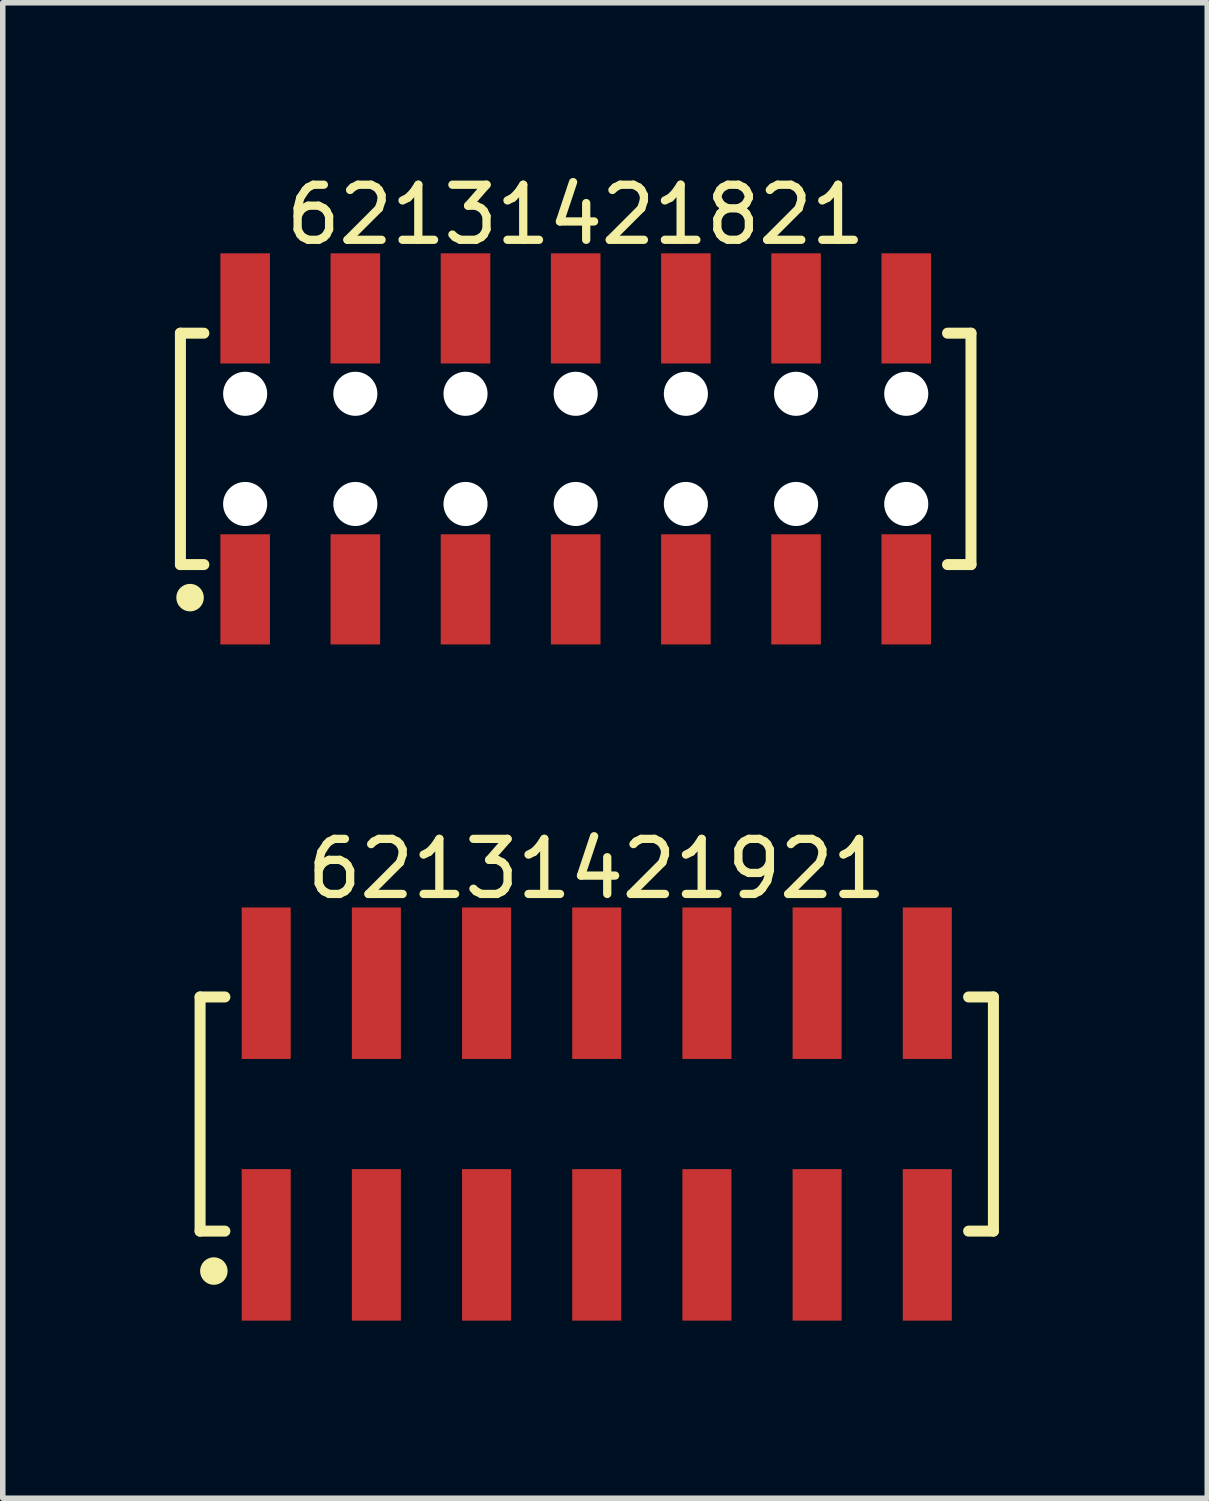
<source format=kicad_pcb>
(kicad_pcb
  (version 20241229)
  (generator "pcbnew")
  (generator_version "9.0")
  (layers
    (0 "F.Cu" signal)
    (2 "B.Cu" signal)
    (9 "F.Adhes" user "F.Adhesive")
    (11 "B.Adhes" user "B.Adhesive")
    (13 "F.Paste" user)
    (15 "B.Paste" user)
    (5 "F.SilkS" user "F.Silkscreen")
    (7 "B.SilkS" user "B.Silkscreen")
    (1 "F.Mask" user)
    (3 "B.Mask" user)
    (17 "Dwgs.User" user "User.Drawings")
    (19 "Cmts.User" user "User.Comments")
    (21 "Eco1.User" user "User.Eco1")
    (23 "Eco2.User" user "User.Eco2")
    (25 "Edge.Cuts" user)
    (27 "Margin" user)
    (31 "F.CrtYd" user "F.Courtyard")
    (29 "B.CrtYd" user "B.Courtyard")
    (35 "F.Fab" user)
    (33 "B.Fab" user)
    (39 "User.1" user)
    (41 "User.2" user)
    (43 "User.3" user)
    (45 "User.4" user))
  (footprint "62131421821"
    (layer "F.Cu")
    (at 7.4 5.098)
    (property "Reference" "62131421821" (at 0 -4.25 0) (layer "F.SilkS") (effects (font (size 1 1) (thickness 0.15))))
    (fp_line (start -7.175 -2.1) (end -6.75 -2.1) (stroke (width 0.2) (type solid)) (layer "F.SilkS"))
    (fp_line (start -7.175 2.1) (end -7.175 -2.1) (stroke (width 0.2) (type solid)) (layer "F.SilkS"))
    (fp_line (start -7.175 2.1) (end -6.75 2.1) (stroke (width 0.2) (type solid)) (layer "F.SilkS"))
    (fp_line (start 6.75 -2.1) (end 7.175 -2.1) (stroke (width 0.2) (type solid)) (layer "F.SilkS"))
    (fp_line (start 6.75 2.1) (end 7.175 2.1) (stroke (width 0.2) (type solid)) (layer "F.SilkS"))
    (fp_line (start 7.175 2.1) (end 7.175 -2.1) (stroke (width 0.2) (type solid)) (layer "F.SilkS"))
    (fp_circle (center -7 2.7) (end -7 2.575) (stroke (width 0.25) (type solid)) (fill no) (layer "F.SilkS"))
    (fp_line (start -7.375 -3.75) (end 7.375 -3.75) (stroke (width 0.05) (type solid)) (layer "Eco2.User"))
    (fp_line (start -7.375 3.75) (end -7.375 -3.75) (stroke (width 0.05) (type solid)) (layer "Eco2.User"))
    (fp_line (start -7.375 3.75) (end 7.375 3.75) (stroke (width 0.05) (type solid)) (layer "Eco2.User"))
    (fp_line (start -7 -2) (end 7 -2) (stroke (width 0.1) (type solid)) (layer "Eco2.User"))
    (fp_line (start -7 2) (end -7 -2) (stroke (width 0.1) (type solid)) (layer "Eco2.User"))
    (fp_line (start -7 2) (end 7 2) (stroke (width 0.1) (type solid)) (layer "Eco2.User"))
    (fp_line (start -6.25 -3) (end -5.75 -3) (stroke (width 0.1) (type solid)) (layer "Eco2.User"))
    (fp_line (start -6.25 -2) (end -6.25 -3) (stroke (width 0.1) (type solid)) (layer "Eco2.User"))
    (fp_line (start -6.25 3) (end -6.25 2) (stroke (width 0.1) (type solid)) (layer "Eco2.User"))
    (fp_line (start -6.25 3) (end -5.75 3) (stroke (width 0.1) (type solid)) (layer "Eco2.User"))
    (fp_line (start -5.75 -2) (end -5.75 -3) (stroke (width 0.1) (type solid)) (layer "Eco2.User"))
    (fp_line (start -5.75 3) (end -5.75 2) (stroke (width 0.1) (type solid)) (layer "Eco2.User"))
    (fp_line (start -4.25 -3) (end -3.75 -3) (stroke (width 0.1) (type solid)) (layer "Eco2.User"))
    (fp_line (start -4.25 -2) (end -4.25 -3) (stroke (width 0.1) (type solid)) (layer "Eco2.User"))
    (fp_line (start -4.25 3) (end -4.25 2) (stroke (width 0.1) (type solid)) (layer "Eco2.User"))
    (fp_line (start -4.25 3) (end -3.75 3) (stroke (width 0.1) (type solid)) (layer "Eco2.User"))
    (fp_line (start -3.75 -2) (end -3.75 -3) (stroke (width 0.1) (type solid)) (layer "Eco2.User"))
    (fp_line (start -3.75 3) (end -3.75 2) (stroke (width 0.1) (type solid)) (layer "Eco2.User"))
    (fp_line (start -2.25 -3) (end -1.75 -3) (stroke (width 0.1) (type solid)) (layer "Eco2.User"))
    (fp_line (start -2.25 -2) (end -2.25 -3) (stroke (width 0.1) (type solid)) (layer "Eco2.User"))
    (fp_line (start -2.25 3) (end -2.25 2) (stroke (width 0.1) (type solid)) (layer "Eco2.User"))
    (fp_line (start -2.25 3) (end -1.75 3) (stroke (width 0.1) (type solid)) (layer "Eco2.User"))
    (fp_line (start -1.75 -2) (end -1.75 -3) (stroke (width 0.1) (type solid)) (layer "Eco2.User"))
    (fp_line (start -1.75 3) (end -1.75 2) (stroke (width 0.1) (type solid)) (layer "Eco2.User"))
    (fp_line (start -0.5 0) (end 0.5 0) (stroke (width 0.05) (type solid)) (layer "Eco2.User"))
    (fp_line (start -0.25 -3) (end 0.25 -3) (stroke (width 0.1) (type solid)) (layer "Eco2.User"))
    (fp_line (start -0.25 -2) (end -0.25 -3) (stroke (width 0.1) (type solid)) (layer "Eco2.User"))
    (fp_line (start -0.25 3) (end -0.25 2) (stroke (width 0.1) (type solid)) (layer "Eco2.User"))
    (fp_line (start -0.25 3) (end 0.25 3) (stroke (width 0.1) (type solid)) (layer "Eco2.User"))
    (fp_line (start 0 0.5) (end 0 -0.5) (stroke (width 0.05) (type solid)) (layer "Eco2.User"))
    (fp_line (start 0.25 -2) (end 0.25 -3) (stroke (width 0.1) (type solid)) (layer "Eco2.User"))
    (fp_line (start 0.25 3) (end 0.25 2) (stroke (width 0.1) (type solid)) (layer "Eco2.User"))
    (fp_line (start 1.75 -3) (end 2.25 -3) (stroke (width 0.1) (type solid)) (layer "Eco2.User"))
    (fp_line (start 1.75 -2) (end 1.75 -3) (stroke (width 0.1) (type solid)) (layer "Eco2.User"))
    (fp_line (start 1.75 3) (end 1.75 2) (stroke (width 0.1) (type solid)) (layer "Eco2.User"))
    (fp_line (start 1.75 3) (end 2.25 3) (stroke (width 0.1) (type solid)) (layer "Eco2.User"))
    (fp_line (start 2.25 -2) (end 2.25 -3) (stroke (width 0.1) (type solid)) (layer "Eco2.User"))
    (fp_line (start 2.25 3) (end 2.25 2) (stroke (width 0.1) (type solid)) (layer "Eco2.User"))
    (fp_line (start 3.75 -3) (end 4.25 -3) (stroke (width 0.1) (type solid)) (layer "Eco2.User"))
    (fp_line (start 3.75 -2) (end 3.75 -3) (stroke (width 0.1) (type solid)) (layer "Eco2.User"))
    (fp_line (start 3.75 3) (end 3.75 2) (stroke (width 0.1) (type solid)) (layer "Eco2.User"))
    (fp_line (start 3.75 3) (end 4.25 3) (stroke (width 0.1) (type solid)) (layer "Eco2.User"))
    (fp_line (start 4.25 -2) (end 4.25 -3) (stroke (width 0.1) (type solid)) (layer "Eco2.User"))
    (fp_line (start 4.25 3) (end 4.25 2) (stroke (width 0.1) (type solid)) (layer "Eco2.User"))
    (fp_line (start 5.75 -3) (end 6.25 -3) (stroke (width 0.1) (type solid)) (layer "Eco2.User"))
    (fp_line (start 5.75 -2) (end 5.75 -3) (stroke (width 0.1) (type solid)) (layer "Eco2.User"))
    (fp_line (start 5.75 3) (end 5.75 2) (stroke (width 0.1) (type solid)) (layer "Eco2.User"))
    (fp_line (start 5.75 3) (end 6.25 3) (stroke (width 0.1) (type solid)) (layer "Eco2.User"))
    (fp_line (start 6.25 -2) (end 6.25 -3) (stroke (width 0.1) (type solid)) (layer "Eco2.User"))
    (fp_line (start 6.25 3) (end 6.25 2) (stroke (width 0.1) (type solid)) (layer "Eco2.User"))
    (fp_line (start 7 2) (end 7 -2) (stroke (width 0.1) (type solid)) (layer "Eco2.User"))
    (fp_line (start 7.375 3.75) (end 7.375 -3.75) (stroke (width 0.05) (type solid)) (layer "Eco2.User"))
    (fp_text user "${REFERENCE}" (at 0.1 -0.131 0) (unlocked yes) (layer "User.3") (effects (font (size 1 1) (thickness 0.1))))
    (pad "" np_thru_hole circle (at -6 -1) (size 0.8 0.8) (drill 0.8) (layers "*.Cu" "*.Mask"))
    (pad "" np_thru_hole circle (at -6 1) (size 0.8 0.8) (drill 0.8) (layers "*.Cu" "*.Mask"))
    (pad "" np_thru_hole circle (at -4 -1) (size 0.8 0.8) (drill 0.8) (layers "*.Cu" "*.Mask"))
    (pad "" np_thru_hole circle (at -4 1) (size 0.8 0.8) (drill 0.8) (layers "*.Cu" "*.Mask"))
    (pad "" np_thru_hole circle (at -2 -1) (size 0.8 0.8) (drill 0.8) (layers "*.Cu" "*.Mask"))
    (pad "" np_thru_hole circle (at -2 1) (size 0.8 0.8) (drill 0.8) (layers "*.Cu" "*.Mask"))
    (pad "" np_thru_hole circle (at 0 -1) (size 0.8 0.8) (drill 0.8) (layers "*.Cu" "*.Mask"))
    (pad "" np_thru_hole circle (at 0 1) (size 0.8 0.8) (drill 0.8) (layers "*.Cu" "*.Mask"))
    (pad "" np_thru_hole circle (at 2 -1) (size 0.8 0.8) (drill 0.8) (layers "*.Cu" "*.Mask"))
    (pad "" np_thru_hole circle (at 2 1) (size 0.8 0.8) (drill 0.8) (layers "*.Cu" "*.Mask"))
    (pad "" np_thru_hole circle (at 4 -1) (size 0.8 0.8) (drill 0.8) (layers "*.Cu" "*.Mask"))
    (pad "" np_thru_hole circle (at 4 1) (size 0.8 0.8) (drill 0.8) (layers "*.Cu" "*.Mask"))
    (pad "" np_thru_hole circle (at 6 -1) (size 0.8 0.8) (drill 0.8) (layers "*.Cu" "*.Mask"))
    (pad "" np_thru_hole circle (at 6 1) (size 0.8 0.8) (drill 0.8) (layers "*.Cu" "*.Mask"))
    (pad "1" smd rect (at -6 2.55) (size 0.9 2) (layers "F.Cu" "F.Mask" "F.Paste"))
    (pad "2" smd rect (at -6 -2.55) (size 0.9 2) (layers "F.Cu" "F.Mask" "F.Paste"))
    (pad "3" smd rect (at -4 2.55) (size 0.9 2) (layers "F.Cu" "F.Mask" "F.Paste"))
    (pad "4" smd rect (at -4 -2.55) (size 0.9 2) (layers "F.Cu" "F.Mask" "F.Paste"))
    (pad "5" smd rect (at -2 2.55) (size 0.9 2) (layers "F.Cu" "F.Mask" "F.Paste"))
    (pad "6" smd rect (at -2 -2.55) (size 0.9 2) (layers "F.Cu" "F.Mask" "F.Paste"))
    (pad "7" smd rect (at 0 2.55) (size 0.9 2) (layers "F.Cu" "F.Mask" "F.Paste"))
    (pad "8" smd rect (at 0 -2.55) (size 0.9 2) (layers "F.Cu" "F.Mask" "F.Paste"))
    (pad "9" smd rect (at 2 2.55) (size 0.9 2) (layers "F.Cu" "F.Mask" "F.Paste"))
    (pad "10" smd rect (at 2 -2.55) (size 0.9 2) (layers "F.Cu" "F.Mask" "F.Paste"))
    (pad "11" smd rect (at 4 2.55) (size 0.9 2) (layers "F.Cu" "F.Mask" "F.Paste"))
    (pad "12" smd rect (at 4 -2.55) (size 0.9 2) (layers "F.Cu" "F.Mask" "F.Paste"))
    (pad "13" smd rect (at 6 2.55) (size 0.9 2) (layers "F.Cu" "F.Mask" "F.Paste"))
    (pad "14" smd rect (at 6 -2.55) (size 0.9 2) (layers "F.Cu" "F.Mask" "F.Paste")))
  (footprint "62131421921"
    (layer "F.Cu")
    (at 7.782 17.172)
    (property "Reference" "62131421921" (at 0 -4.45 0) (layer "F.SilkS") (effects (font (size 1 1) (thickness 0.15))))
    (fp_line (start -7.2 -2.125) (end -6.75 -2.125) (stroke (width 0.2) (type solid)) (layer "F.SilkS"))
    (fp_line (start -7.2 2.125) (end -7.2 -2.125) (stroke (width 0.2) (type solid)) (layer "F.SilkS"))
    (fp_line (start -7.2 2.125) (end -6.75 2.125) (stroke (width 0.2) (type solid)) (layer "F.SilkS"))
    (fp_line (start 6.75 -2.125) (end 7.2 -2.125) (stroke (width 0.2) (type solid)) (layer "F.SilkS"))
    (fp_line (start 6.75 2.125) (end 7.2 2.125) (stroke (width 0.2) (type solid)) (layer "F.SilkS"))
    (fp_line (start 7.2 2.125) (end 7.2 -2.125) (stroke (width 0.2) (type solid)) (layer "F.SilkS"))
    (fp_circle (center -6.95 2.85) (end -6.95 2.725) (stroke (width 0.25) (type solid)) (fill no) (layer "F.SilkS"))
    (fp_line (start -7.4 -3.95) (end 7.4 -3.95) (stroke (width 0.05) (type solid)) (layer "Eco2.User"))
    (fp_line (start -7.4 3.95) (end -7.4 -3.95) (stroke (width 0.05) (type solid)) (layer "Eco2.User"))
    (fp_line (start -7.4 3.95) (end 7.4 3.95) (stroke (width 0.05) (type solid)) (layer "Eco2.User"))
    (fp_line (start -7 -2) (end 7 -2) (stroke (width 0.1) (type solid)) (layer "Eco2.User"))
    (fp_line (start -7 2) (end -7 -2) (stroke (width 0.1) (type solid)) (layer "Eco2.User"))
    (fp_line (start -7 2) (end 7 2) (stroke (width 0.1) (type solid)) (layer "Eco2.User"))
    (fp_line (start -6.25 -3.1) (end -5.75 -3.1) (stroke (width 0.1) (type solid)) (layer "Eco2.User"))
    (fp_line (start -6.25 -2) (end -6.25 -3.1) (stroke (width 0.1) (type solid)) (layer "Eco2.User"))
    (fp_line (start -6.25 3.1) (end -6.25 2) (stroke (width 0.1) (type solid)) (layer "Eco2.User"))
    (fp_line (start -6.25 3.1) (end -5.75 3.1) (stroke (width 0.1) (type solid)) (layer "Eco2.User"))
    (fp_line (start -5.75 -2) (end -5.75 -3.1) (stroke (width 0.1) (type solid)) (layer "Eco2.User"))
    (fp_line (start -5.75 3.1) (end -5.75 2) (stroke (width 0.1) (type solid)) (layer "Eco2.User"))
    (fp_line (start -4.25 -3.1) (end -3.75 -3.1) (stroke (width 0.1) (type solid)) (layer "Eco2.User"))
    (fp_line (start -4.25 -2) (end -4.25 -3.1) (stroke (width 0.1) (type solid)) (layer "Eco2.User"))
    (fp_line (start -4.25 3.1) (end -4.25 2) (stroke (width 0.1) (type solid)) (layer "Eco2.User"))
    (fp_line (start -4.25 3.1) (end -3.75 3.1) (stroke (width 0.1) (type solid)) (layer "Eco2.User"))
    (fp_line (start -3.75 -2) (end -3.75 -3.1) (stroke (width 0.1) (type solid)) (layer "Eco2.User"))
    (fp_line (start -3.75 3.1) (end -3.75 2) (stroke (width 0.1) (type solid)) (layer "Eco2.User"))
    (fp_line (start -2.25 -3.1) (end -1.75 -3.1) (stroke (width 0.1) (type solid)) (layer "Eco2.User"))
    (fp_line (start -2.25 -2) (end -2.25 -3.1) (stroke (width 0.1) (type solid)) (layer "Eco2.User"))
    (fp_line (start -2.25 3.1) (end -2.25 2) (stroke (width 0.1) (type solid)) (layer "Eco2.User"))
    (fp_line (start -2.25 3.1) (end -1.75 3.1) (stroke (width 0.1) (type solid)) (layer "Eco2.User"))
    (fp_line (start -1.75 -2) (end -1.75 -3.1) (stroke (width 0.1) (type solid)) (layer "Eco2.User"))
    (fp_line (start -1.75 3.1) (end -1.75 2) (stroke (width 0.1) (type solid)) (layer "Eco2.User"))
    (fp_line (start -0.5 0) (end 0.5 0) (stroke (width 0.05) (type solid)) (layer "Eco2.User"))
    (fp_line (start -0.25 -3.1) (end 0.25 -3.1) (stroke (width 0.1) (type solid)) (layer "Eco2.User"))
    (fp_line (start -0.25 -2) (end -0.25 -3.1) (stroke (width 0.1) (type solid)) (layer "Eco2.User"))
    (fp_line (start -0.25 3.1) (end -0.25 2) (stroke (width 0.1) (type solid)) (layer "Eco2.User"))
    (fp_line (start -0.25 3.1) (end 0.25 3.1) (stroke (width 0.1) (type solid)) (layer "Eco2.User"))
    (fp_line (start 0 0.5) (end 0 -0.5) (stroke (width 0.05) (type solid)) (layer "Eco2.User"))
    (fp_line (start 0.25 -2) (end 0.25 -3.1) (stroke (width 0.1) (type solid)) (layer "Eco2.User"))
    (fp_line (start 0.25 3.1) (end 0.25 2) (stroke (width 0.1) (type solid)) (layer "Eco2.User"))
    (fp_line (start 1.75 -3.1) (end 2.25 -3.1) (stroke (width 0.1) (type solid)) (layer "Eco2.User"))
    (fp_line (start 1.75 -2) (end 1.75 -3.1) (stroke (width 0.1) (type solid)) (layer "Eco2.User"))
    (fp_line (start 1.75 3.1) (end 1.75 2) (stroke (width 0.1) (type solid)) (layer "Eco2.User"))
    (fp_line (start 1.75 3.1) (end 2.25 3.1) (stroke (width 0.1) (type solid)) (layer "Eco2.User"))
    (fp_line (start 2.25 -2) (end 2.25 -3.1) (stroke (width 0.1) (type solid)) (layer "Eco2.User"))
    (fp_line (start 2.25 3.1) (end 2.25 2) (stroke (width 0.1) (type solid)) (layer "Eco2.User"))
    (fp_line (start 3.75 -3.1) (end 4.25 -3.1) (stroke (width 0.1) (type solid)) (layer "Eco2.User"))
    (fp_line (start 3.75 -2) (end 3.75 -3.1) (stroke (width 0.1) (type solid)) (layer "Eco2.User"))
    (fp_line (start 3.75 3.1) (end 3.75 2) (stroke (width 0.1) (type solid)) (layer "Eco2.User"))
    (fp_line (start 3.75 3.1) (end 4.25 3.1) (stroke (width 0.1) (type solid)) (layer "Eco2.User"))
    (fp_line (start 4.25 -2) (end 4.25 -3.1) (stroke (width 0.1) (type solid)) (layer "Eco2.User"))
    (fp_line (start 4.25 3.1) (end 4.25 2) (stroke (width 0.1) (type solid)) (layer "Eco2.User"))
    (fp_line (start 5.75 -3.1) (end 6.25 -3.1) (stroke (width 0.1) (type solid)) (layer "Eco2.User"))
    (fp_line (start 5.75 -2) (end 5.75 -3.1) (stroke (width 0.1) (type solid)) (layer "Eco2.User"))
    (fp_line (start 5.75 3.1) (end 5.75 2) (stroke (width 0.1) (type solid)) (layer "Eco2.User"))
    (fp_line (start 5.75 3.1) (end 6.25 3.1) (stroke (width 0.1) (type solid)) (layer "Eco2.User"))
    (fp_line (start 6.25 -2) (end 6.25 -3.1) (stroke (width 0.1) (type solid)) (layer "Eco2.User"))
    (fp_line (start 6.25 3.1) (end 6.25 2) (stroke (width 0.1) (type solid)) (layer "Eco2.User"))
    (fp_line (start 7 2) (end 7 -2) (stroke (width 0.1) (type solid)) (layer "Eco2.User"))
    (fp_line (start 7.4 3.95) (end 7.4 -3.95) (stroke (width 0.05) (type solid)) (layer "Eco2.User"))
    (fp_text user "${REFERENCE}" (at 0.15 -0.197 0) (unlocked yes) (layer "User.3") (effects (font (size 1.5 1.5) (thickness 0.15))))
    (pad "1" smd rect (at -6 2.375) (size 0.89 2.75) (layers "F.Cu" "F.Mask" "F.Paste"))
    (pad "2" smd rect (at -6 -2.375) (size 0.89 2.75) (layers "F.Cu" "F.Mask" "F.Paste"))
    (pad "3" smd rect (at -4 2.375) (size 0.89 2.75) (layers "F.Cu" "F.Mask" "F.Paste"))
    (pad "4" smd rect (at -4 -2.375) (size 0.89 2.75) (layers "F.Cu" "F.Mask" "F.Paste"))
    (pad "5" smd rect (at -2 2.375) (size 0.89 2.75) (layers "F.Cu" "F.Mask" "F.Paste"))
    (pad "6" smd rect (at -2 -2.375) (size 0.89 2.75) (layers "F.Cu" "F.Mask" "F.Paste"))
    (pad "7" smd rect (at 0 2.375) (size 0.89 2.75) (layers "F.Cu" "F.Mask" "F.Paste"))
    (pad "8" smd rect (at 0 -2.375) (size 0.89 2.75) (layers "F.Cu" "F.Mask" "F.Paste"))
    (pad "9" smd rect (at 2 2.375) (size 0.89 2.75) (layers "F.Cu" "F.Mask" "F.Paste"))
    (pad "10" smd rect (at 2 -2.375) (size 0.89 2.75) (layers "F.Cu" "F.Mask" "F.Paste"))
    (pad "11" smd rect (at 4 2.375) (size 0.89 2.75) (layers "F.Cu" "F.Mask" "F.Paste"))
    (pad "12" smd rect (at 4 -2.375) (size 0.89 2.75) (layers "F.Cu" "F.Mask" "F.Paste"))
    (pad "13" smd rect (at 6 2.375) (size 0.89 2.75) (layers "F.Cu" "F.Mask" "F.Paste"))
    (pad "14" smd rect (at 6 -2.375) (size 0.89 2.75) (layers "F.Cu" "F.Mask" "F.Paste")))
  (gr_rect
    (start -3 -3)
    (end 18.864 24.146)
    (stroke (width 0.1) (type default))
    (fill no)
    (layer "Edge.Cuts")))
</source>
